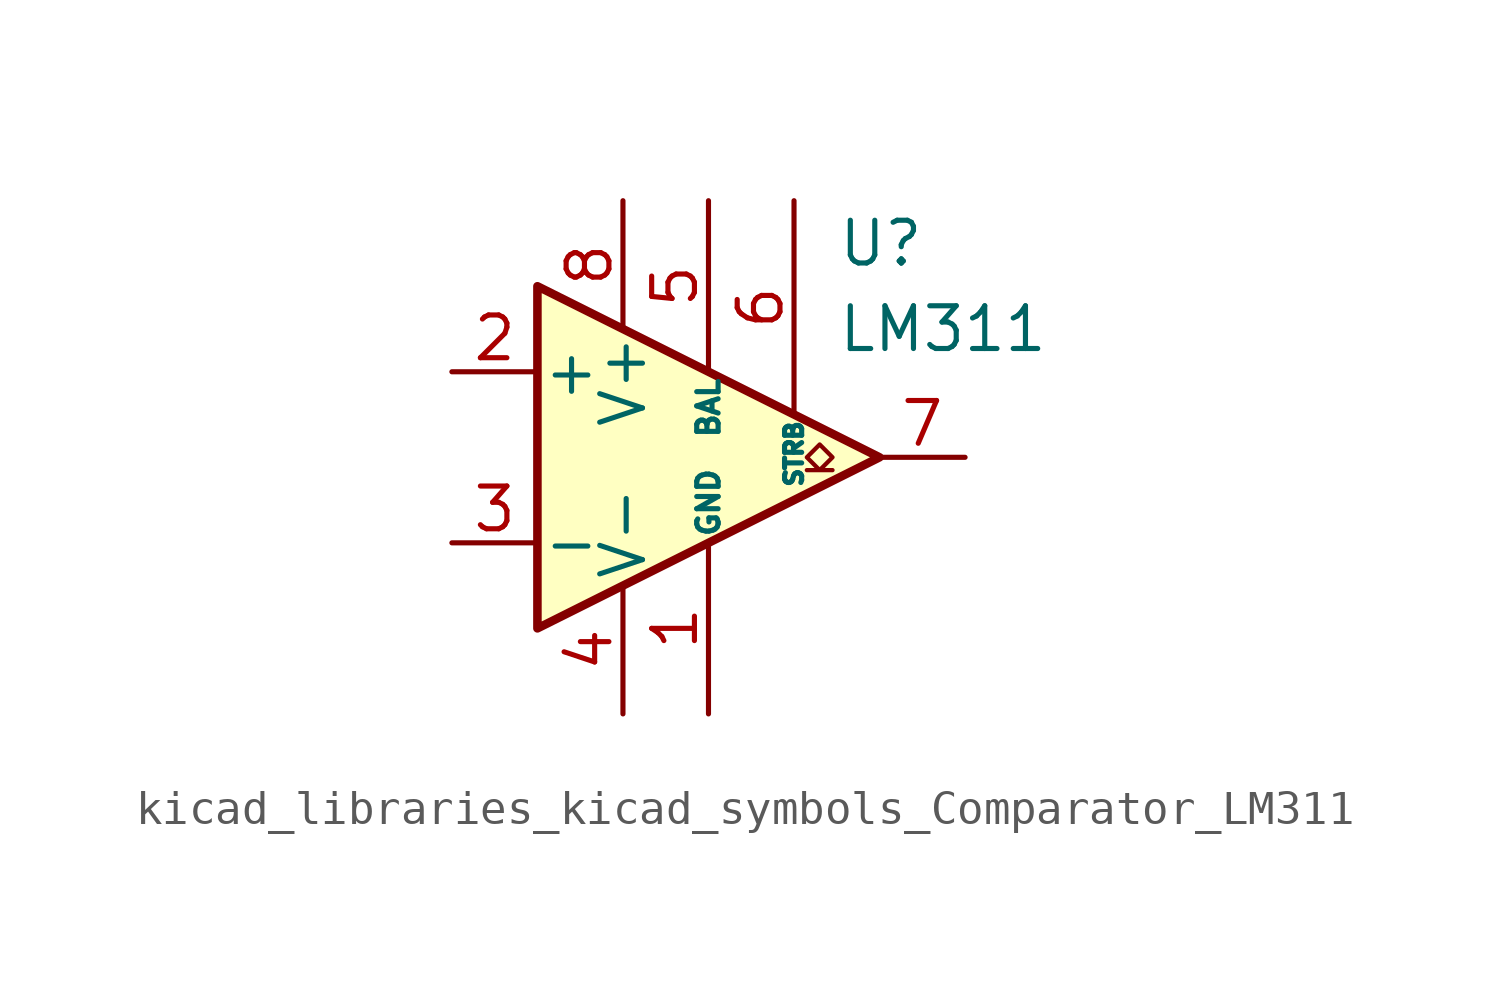
<source format=kicad_sym>
(kicad_symbol_lib
  (version 20220914)
  (generator kicad_symbol_editor)
  (symbol "kicad_libraries_kicad_symbols_Comparator_LM311"
    (pin_names
      (offset 0.127))
    (property "Reference" "U"
      (at 3.81 6.35 0)
      (effects (font (size 1.27 1.27)) (justify left)))
    (property "Value" "LM311"
      (at 3.81 3.81 0)
      (effects (font (size 1.27 1.27)) (justify left)))
    (symbol "kicad_libraries_kicad_symbols_Comparator_LM311_0_1"
      (polyline (pts (xy 5.08 0) (xy -5.08 5.08) (xy -5.08 -5.08) (xy 5.08 0)) (stroke (width 0.254) (type default)) (fill (type background)))
      (polyline (pts (xy 3.683 -0.381) (xy 3.302 -0.381) (xy 3.683 0) (xy 3.302 0.381) (xy 2.921 0) (xy 3.302 -0.381) (xy 2.921 -0.381)) (stroke (width 0.127) (type default)) (fill (type none))))
    (symbol "kicad_libraries_kicad_symbols_Comparator_LM311_1_1"
      (pin passive line (at 0 -7.62 90) (length 5.08) (name "GND" (effects (font (size 0.635 0.635)))) (number "1" (effects (font (size 1.27 1.27)))))
      (pin input line (at -7.62 2.54 0) (length 2.54) (name "+" (effects (font (size 1.27 1.27)))) (number "2" (effects (font (size 1.27 1.27)))))
      (pin input line (at -7.62 -2.54 0) (length 2.54) (name "-" (effects (font (size 1.27 1.27)))) (number "3" (effects (font (size 1.27 1.27)))))
      (pin power_in line (at -2.54 -7.62 90) (length 3.81) (name "V-" (effects (font (size 1.27 1.27)))) (number "4" (effects (font (size 1.27 1.27)))))
      (pin input line (at 0 7.62 270) (length 5.08) (name "BAL" (effects (font (size 0.635 0.635)))) (number "5" (effects (font (size 1.27 1.27)))))
      (pin input line (at 2.54 7.62 270) (length 6.35) (name "STRB" (effects (font (size 0.508 0.508)))) (number "6" (effects (font (size 1.27 1.27)))))
      (pin open_collector line (at 7.62 0 180) (length 2.54) (name "~" (effects (font (size 1.27 1.27)))) (number "7" (effects (font (size 1.27 1.27)))))
      (pin power_in line (at -2.54 7.62 270) (length 3.81) (name "V+" (effects (font (size 1.27 1.27)))) (number "8" (effects (font (size 1.27 1.27))))))))
</source>
